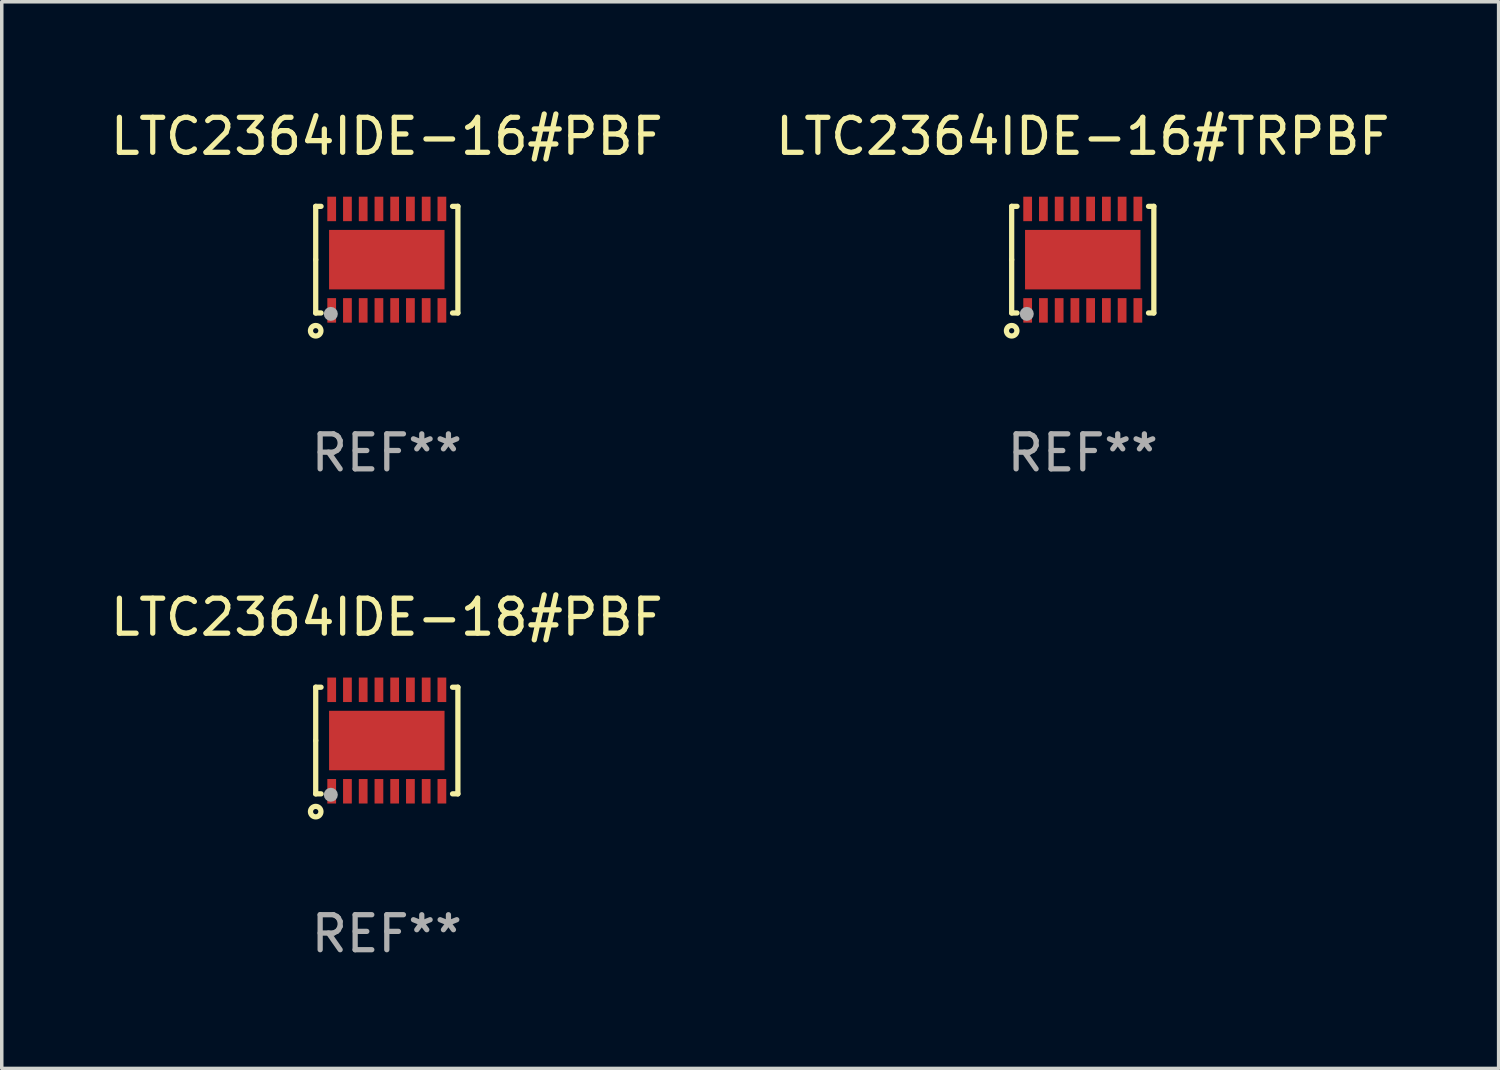
<source format=kicad_pcb>
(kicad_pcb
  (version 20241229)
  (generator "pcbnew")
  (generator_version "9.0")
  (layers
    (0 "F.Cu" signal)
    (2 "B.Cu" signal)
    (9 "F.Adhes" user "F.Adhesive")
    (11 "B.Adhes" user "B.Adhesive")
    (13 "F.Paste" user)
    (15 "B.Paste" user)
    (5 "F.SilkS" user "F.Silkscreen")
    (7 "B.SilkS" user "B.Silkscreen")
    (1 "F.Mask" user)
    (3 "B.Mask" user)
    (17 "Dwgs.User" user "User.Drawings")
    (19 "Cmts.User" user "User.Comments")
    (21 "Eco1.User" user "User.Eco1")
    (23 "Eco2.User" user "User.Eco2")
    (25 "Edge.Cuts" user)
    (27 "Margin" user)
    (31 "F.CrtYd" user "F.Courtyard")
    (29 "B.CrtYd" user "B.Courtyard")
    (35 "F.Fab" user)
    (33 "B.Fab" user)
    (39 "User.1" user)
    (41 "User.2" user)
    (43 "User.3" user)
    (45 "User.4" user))
  (footprint "LTC2364IDE-18#PBF"
    (layer "F.Cu")
    (at 8.006 18.117)
    (property "Reference" "LTC2364IDE-18#PBF" (at 0 -3.524 0) (layer "F.SilkS") (effects (font (size 1 1) (thickness 0.15))))
    (attr through_hole)
    (fp_line (start -2.032 -1.524) (end -1.879 -1.524) (stroke (width 0.15) (type solid)) (layer "F.SilkS"))
    (fp_line (start -2.032 0) (end -2.032 -1.524) (stroke (width 0.15) (type solid)) (layer "F.SilkS"))
    (fp_line (start -2.032 1.524) (end -2.032 0) (stroke (width 0.15) (type solid)) (layer "F.SilkS"))
    (fp_line (start -1.879 1.524) (end -2.032 1.524) (stroke (width 0.15) (type solid)) (layer "F.SilkS"))
    (fp_line (start 1.879 -1.524) (end 2.032 -1.524) (stroke (width 0.15) (type solid)) (layer "F.SilkS"))
    (fp_line (start 2.032 -1.524) (end 2.032 1.524) (stroke (width 0.15) (type solid)) (layer "F.SilkS"))
    (fp_line (start 2.032 1.524) (end 1.879 1.524) (stroke (width 0.15) (type solid)) (layer "F.SilkS"))
    (fp_circle (center -2.032 2.032) (end -1.882 2.032) (stroke (width 0.15) (type solid)) (fill no) (layer "F.SilkS"))
    (fp_circle (center -2 1.5) (end -1.97 1.5) (stroke (width 0.06) (type solid)) (fill no) (layer "F.SilkS"))
    (fp_circle (center -1.6 1.55) (end -1.5 1.55) (stroke (width 0.2) (type solid)) (fill no) (layer "F.Fab"))
    (fp_text user "REF**" (at 0 5.524 0) (layer "F.Fab") (effects (font (size 1 1) (thickness 0.15))))
    (pad "1" smd rect (at -1.575 1.45 90) (size 0.7 0.25) (layers "F.Cu" "F.Mask" "F.Paste"))
    (pad "2" smd rect (at -1.125 1.45 90) (size 0.7 0.25) (layers "F.Cu" "F.Mask" "F.Paste"))
    (pad "3" smd rect (at -0.675 1.45 90) (size 0.7 0.25) (layers "F.Cu" "F.Mask" "F.Paste"))
    (pad "4" smd rect (at -0.225 1.45 90) (size 0.7 0.25) (layers "F.Cu" "F.Mask" "F.Paste"))
    (pad "5" smd rect (at 0.225 1.45 90) (size 0.7 0.25) (layers "F.Cu" "F.Mask" "F.Paste"))
    (pad "6" smd rect (at 0.675 1.45 90) (size 0.7 0.25) (layers "F.Cu" "F.Mask" "F.Paste"))
    (pad "7" smd rect (at 1.125 1.45 90) (size 0.7 0.25) (layers "F.Cu" "F.Mask" "F.Paste"))
    (pad "8" smd rect (at 1.575 1.45 90) (size 0.7 0.25) (layers "F.Cu" "F.Mask" "F.Paste"))
    (pad "9" smd rect (at 1.575 -1.45 90) (size 0.7 0.25) (layers "F.Cu" "F.Mask" "F.Paste"))
    (pad "10" smd rect (at 1.125 -1.45 90) (size 0.7 0.25) (layers "F.Cu" "F.Mask" "F.Paste"))
    (pad "11" smd rect (at 0.675 -1.45 90) (size 0.7 0.25) (layers "F.Cu" "F.Mask" "F.Paste"))
    (pad "12" smd rect (at 0.225 -1.45 90) (size 0.7 0.25) (layers "F.Cu" "F.Mask" "F.Paste"))
    (pad "13" smd rect (at -0.225 -1.45 90) (size 0.7 0.25) (layers "F.Cu" "F.Mask" "F.Paste"))
    (pad "14" smd rect (at -0.675 -1.45 90) (size 0.7 0.25) (layers "F.Cu" "F.Mask" "F.Paste"))
    (pad "15" smd rect (at -1.125 -1.45 90) (size 0.7 0.25) (layers "F.Cu" "F.Mask" "F.Paste"))
    (pad "16" smd rect (at -1.575 -1.45 90) (size 0.7 0.25) (layers "F.Cu" "F.Mask" "F.Paste"))
    (pad "17" smd rect (at 0.000127 0 90) (size 1.7 3.3) (layers "F.Cu" "F.Mask" "F.Paste")))
  (footprint "LTC2364IDE-16#TRPBF"
    (layer "F.Cu")
    (at 27.899 4.372)
    (property "Reference" "LTC2364IDE-16#TRPBF" (at 0 -3.524 0) (layer "F.SilkS") (effects (font (size 1 1) (thickness 0.15))))
    (attr through_hole)
    (fp_line (start -2.032 -1.524) (end -1.879 -1.524) (stroke (width 0.15) (type solid)) (layer "F.SilkS"))
    (fp_line (start -2.032 0) (end -2.032 -1.524) (stroke (width 0.15) (type solid)) (layer "F.SilkS"))
    (fp_line (start -2.032 1.524) (end -2.032 0) (stroke (width 0.15) (type solid)) (layer "F.SilkS"))
    (fp_line (start -1.879 1.524) (end -2.032 1.524) (stroke (width 0.15) (type solid)) (layer "F.SilkS"))
    (fp_line (start 1.879 -1.524) (end 2.032 -1.524) (stroke (width 0.15) (type solid)) (layer "F.SilkS"))
    (fp_line (start 2.032 -1.524) (end 2.032 1.524) (stroke (width 0.15) (type solid)) (layer "F.SilkS"))
    (fp_line (start 2.032 1.524) (end 1.879 1.524) (stroke (width 0.15) (type solid)) (layer "F.SilkS"))
    (fp_circle (center -2.032 2.032) (end -1.882 2.032) (stroke (width 0.15) (type solid)) (fill no) (layer "F.SilkS"))
    (fp_circle (center -2 1.5) (end -1.97 1.5) (stroke (width 0.06) (type solid)) (fill no) (layer "F.SilkS"))
    (fp_circle (center -1.6 1.55) (end -1.5 1.55) (stroke (width 0.2) (type solid)) (fill no) (layer "F.Fab"))
    (fp_text user "REF**" (at 0 5.524 0) (layer "F.Fab") (effects (font (size 1 1) (thickness 0.15))))
    (pad "1" smd rect (at -1.575 1.45 90) (size 0.7 0.25) (layers "F.Cu" "F.Mask" "F.Paste"))
    (pad "2" smd rect (at -1.125 1.45 90) (size 0.7 0.25) (layers "F.Cu" "F.Mask" "F.Paste"))
    (pad "3" smd rect (at -0.675 1.45 90) (size 0.7 0.25) (layers "F.Cu" "F.Mask" "F.Paste"))
    (pad "4" smd rect (at -0.225 1.45 90) (size 0.7 0.25) (layers "F.Cu" "F.Mask" "F.Paste"))
    (pad "5" smd rect (at 0.225 1.45 90) (size 0.7 0.25) (layers "F.Cu" "F.Mask" "F.Paste"))
    (pad "6" smd rect (at 0.675 1.45 90) (size 0.7 0.25) (layers "F.Cu" "F.Mask" "F.Paste"))
    (pad "7" smd rect (at 1.125 1.45 90) (size 0.7 0.25) (layers "F.Cu" "F.Mask" "F.Paste"))
    (pad "8" smd rect (at 1.575 1.45 90) (size 0.7 0.25) (layers "F.Cu" "F.Mask" "F.Paste"))
    (pad "9" smd rect (at 1.575 -1.45 90) (size 0.7 0.25) (layers "F.Cu" "F.Mask" "F.Paste"))
    (pad "10" smd rect (at 1.125 -1.45 90) (size 0.7 0.25) (layers "F.Cu" "F.Mask" "F.Paste"))
    (pad "11" smd rect (at 0.675 -1.45 90) (size 0.7 0.25) (layers "F.Cu" "F.Mask" "F.Paste"))
    (pad "12" smd rect (at 0.225 -1.45 90) (size 0.7 0.25) (layers "F.Cu" "F.Mask" "F.Paste"))
    (pad "13" smd rect (at -0.225 -1.45 90) (size 0.7 0.25) (layers "F.Cu" "F.Mask" "F.Paste"))
    (pad "14" smd rect (at -0.675 -1.45 90) (size 0.7 0.25) (layers "F.Cu" "F.Mask" "F.Paste"))
    (pad "15" smd rect (at -1.125 -1.45 90) (size 0.7 0.25) (layers "F.Cu" "F.Mask" "F.Paste"))
    (pad "16" smd rect (at -1.575 -1.45 90) (size 0.7 0.25) (layers "F.Cu" "F.Mask" "F.Paste"))
    (pad "17" smd rect (at 0.000127 0 90) (size 1.7 3.3) (layers "F.Cu" "F.Mask" "F.Paste")))
  (footprint "LTC2364IDE-16#PBF"
    (layer "F.Cu")
    (at 8.006 4.372)
    (property "Reference" "LTC2364IDE-16#PBF" (at 0 -3.524 0) (layer "F.SilkS") (effects (font (size 1 1) (thickness 0.15))))
    (attr through_hole)
    (fp_line (start -2.032 -1.524) (end -1.879 -1.524) (stroke (width 0.15) (type solid)) (layer "F.SilkS"))
    (fp_line (start -2.032 0) (end -2.032 -1.524) (stroke (width 0.15) (type solid)) (layer "F.SilkS"))
    (fp_line (start -2.032 1.524) (end -2.032 0) (stroke (width 0.15) (type solid)) (layer "F.SilkS"))
    (fp_line (start -1.879 1.524) (end -2.032 1.524) (stroke (width 0.15) (type solid)) (layer "F.SilkS"))
    (fp_line (start 1.879 -1.524) (end 2.032 -1.524) (stroke (width 0.15) (type solid)) (layer "F.SilkS"))
    (fp_line (start 2.032 -1.524) (end 2.032 1.524) (stroke (width 0.15) (type solid)) (layer "F.SilkS"))
    (fp_line (start 2.032 1.524) (end 1.879 1.524) (stroke (width 0.15) (type solid)) (layer "F.SilkS"))
    (fp_circle (center -2.032 2.032) (end -1.882 2.032) (stroke (width 0.15) (type solid)) (fill no) (layer "F.SilkS"))
    (fp_circle (center -2 1.5) (end -1.97 1.5) (stroke (width 0.06) (type solid)) (fill no) (layer "F.SilkS"))
    (fp_circle (center -1.6 1.55) (end -1.5 1.55) (stroke (width 0.2) (type solid)) (fill no) (layer "F.Fab"))
    (fp_text user "REF**" (at 0 5.524 0) (layer "F.Fab") (effects (font (size 1 1) (thickness 0.15))))
    (pad "1" smd rect (at -1.575 1.45 90) (size 0.7 0.25) (layers "F.Cu" "F.Mask" "F.Paste"))
    (pad "2" smd rect (at -1.125 1.45 90) (size 0.7 0.25) (layers "F.Cu" "F.Mask" "F.Paste"))
    (pad "3" smd rect (at -0.675 1.45 90) (size 0.7 0.25) (layers "F.Cu" "F.Mask" "F.Paste"))
    (pad "4" smd rect (at -0.225 1.45 90) (size 0.7 0.25) (layers "F.Cu" "F.Mask" "F.Paste"))
    (pad "5" smd rect (at 0.225 1.45 90) (size 0.7 0.25) (layers "F.Cu" "F.Mask" "F.Paste"))
    (pad "6" smd rect (at 0.675 1.45 90) (size 0.7 0.25) (layers "F.Cu" "F.Mask" "F.Paste"))
    (pad "7" smd rect (at 1.125 1.45 90) (size 0.7 0.25) (layers "F.Cu" "F.Mask" "F.Paste"))
    (pad "8" smd rect (at 1.575 1.45 90) (size 0.7 0.25) (layers "F.Cu" "F.Mask" "F.Paste"))
    (pad "9" smd rect (at 1.575 -1.45 90) (size 0.7 0.25) (layers "F.Cu" "F.Mask" "F.Paste"))
    (pad "10" smd rect (at 1.125 -1.45 90) (size 0.7 0.25) (layers "F.Cu" "F.Mask" "F.Paste"))
    (pad "11" smd rect (at 0.675 -1.45 90) (size 0.7 0.25) (layers "F.Cu" "F.Mask" "F.Paste"))
    (pad "12" smd rect (at 0.225 -1.45 90) (size 0.7 0.25) (layers "F.Cu" "F.Mask" "F.Paste"))
    (pad "13" smd rect (at -0.225 -1.45 90) (size 0.7 0.25) (layers "F.Cu" "F.Mask" "F.Paste"))
    (pad "14" smd rect (at -0.675 -1.45 90) (size 0.7 0.25) (layers "F.Cu" "F.Mask" "F.Paste"))
    (pad "15" smd rect (at -1.125 -1.45 90) (size 0.7 0.25) (layers "F.Cu" "F.Mask" "F.Paste"))
    (pad "16" smd rect (at -1.575 -1.45 90) (size 0.7 0.25) (layers "F.Cu" "F.Mask" "F.Paste"))
    (pad "17" smd rect (at 0.000127 0 90) (size 1.7 3.3) (layers "F.Cu" "F.Mask" "F.Paste")))
  (gr_rect
    (start -3 -3)
    (end 39.786 27.489)
    (stroke (width 0.1) (type default))
    (fill no)
    (layer "Edge.Cuts")))
</source>
